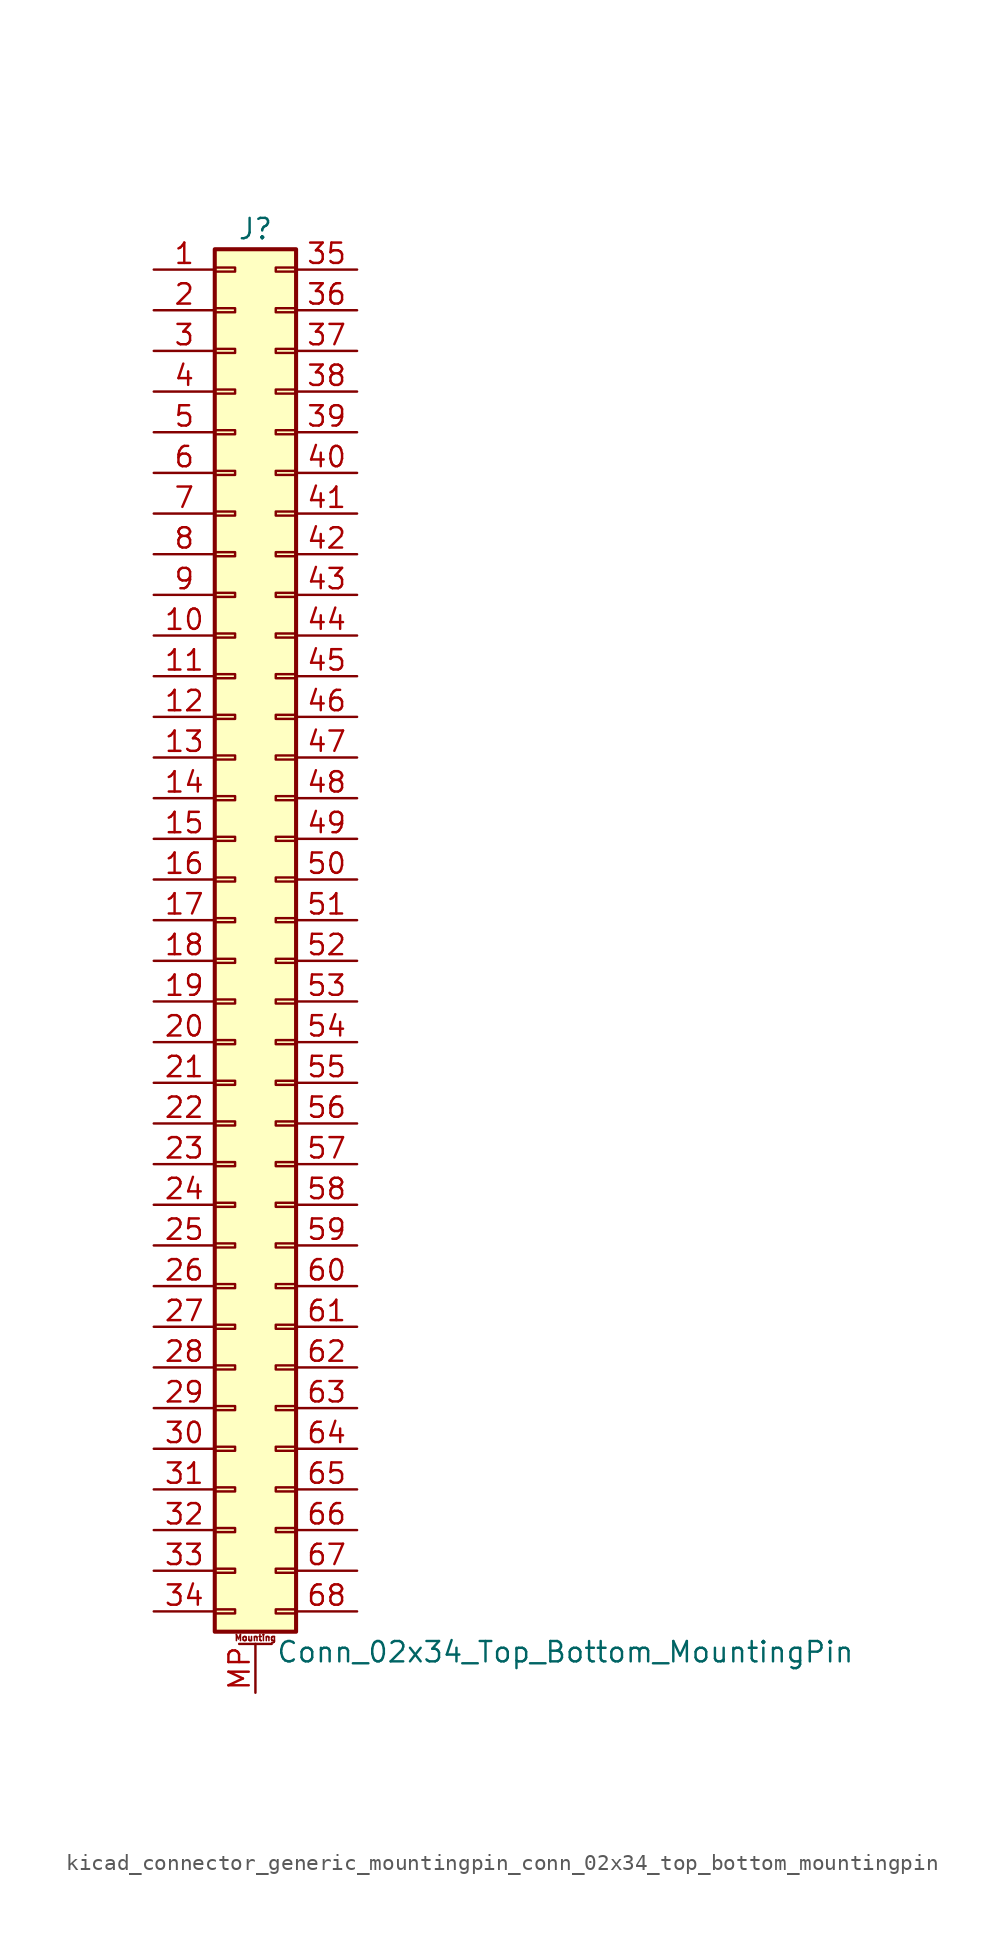
<source format=kicad_sym>
(kicad_symbol_lib
  (version 20220914)
  (generator kicad_symbol_editor)
  (symbol "kicad_connector_generic_mountingpin_conn_02x34_top_bottom_mountingpin"
    (pin_names
      (offset 1.016) hide)
    (property "Reference" "J"
      (at 1.27 43.18 0)
      (effects (font (size 1.27 1.27))))
    (property "Value" "Conn_02x34_Top_Bottom_MountingPin"
      (at 2.54 -45.72 0)
      (effects (font (size 1.27 1.27)) (justify left)))
    (symbol "kicad_connector_generic_mountingpin_conn_02x34_top_bottom_mountingpin_1_1"
      (rectangle (start -1.27 -43.053) (end 0 -43.307) (stroke (width 0.152) (type default)) (fill (type none)))
      (rectangle (start -1.27 -40.513) (end 0 -40.767) (stroke (width 0.152) (type default)) (fill (type none)))
      (rectangle (start -1.27 -37.973) (end 0 -38.227) (stroke (width 0.152) (type default)) (fill (type none)))
      (rectangle (start -1.27 -35.433) (end 0 -35.687) (stroke (width 0.152) (type default)) (fill (type none)))
      (rectangle (start -1.27 -32.893) (end 0 -33.147) (stroke (width 0.152) (type default)) (fill (type none)))
      (rectangle (start -1.27 -30.353) (end 0 -30.607) (stroke (width 0.152) (type default)) (fill (type none)))
      (rectangle (start -1.27 -27.813) (end 0 -28.067) (stroke (width 0.152) (type default)) (fill (type none)))
      (rectangle (start -1.27 -25.273) (end 0 -25.527) (stroke (width 0.152) (type default)) (fill (type none)))
      (rectangle (start -1.27 -22.733) (end 0 -22.987) (stroke (width 0.152) (type default)) (fill (type none)))
      (rectangle (start -1.27 -20.193) (end 0 -20.447) (stroke (width 0.152) (type default)) (fill (type none)))
      (rectangle (start -1.27 -17.653) (end 0 -17.907) (stroke (width 0.152) (type default)) (fill (type none)))
      (rectangle (start -1.27 -15.113) (end 0 -15.367) (stroke (width 0.152) (type default)) (fill (type none)))
      (rectangle (start -1.27 -12.573) (end 0 -12.827) (stroke (width 0.152) (type default)) (fill (type none)))
      (rectangle (start -1.27 -10.033) (end 0 -10.287) (stroke (width 0.152) (type default)) (fill (type none)))
      (rectangle (start -1.27 -7.493) (end 0 -7.747) (stroke (width 0.152) (type default)) (fill (type none)))
      (rectangle (start -1.27 -4.953) (end 0 -5.207) (stroke (width 0.152) (type default)) (fill (type none)))
      (rectangle (start -1.27 -2.413) (end 0 -2.667) (stroke (width 0.152) (type default)) (fill (type none)))
      (rectangle (start -1.27 0.127) (end 0 -0.127) (stroke (width 0.152) (type default)) (fill (type none)))
      (rectangle (start -1.27 2.667) (end 0 2.413) (stroke (width 0.152) (type default)) (fill (type none)))
      (rectangle (start -1.27 5.207) (end 0 4.953) (stroke (width 0.152) (type default)) (fill (type none)))
      (rectangle (start -1.27 7.747) (end 0 7.493) (stroke (width 0.152) (type default)) (fill (type none)))
      (rectangle (start -1.27 10.287) (end 0 10.033) (stroke (width 0.152) (type default)) (fill (type none)))
      (rectangle (start -1.27 12.827) (end 0 12.573) (stroke (width 0.152) (type default)) (fill (type none)))
      (rectangle (start -1.27 15.367) (end 0 15.113) (stroke (width 0.152) (type default)) (fill (type none)))
      (rectangle (start -1.27 17.907) (end 0 17.653) (stroke (width 0.152) (type default)) (fill (type none)))
      (rectangle (start -1.27 20.447) (end 0 20.193) (stroke (width 0.152) (type default)) (fill (type none)))
      (rectangle (start -1.27 22.987) (end 0 22.733) (stroke (width 0.152) (type default)) (fill (type none)))
      (rectangle (start -1.27 25.527) (end 0 25.273) (stroke (width 0.152) (type default)) (fill (type none)))
      (rectangle (start -1.27 28.067) (end 0 27.813) (stroke (width 0.152) (type default)) (fill (type none)))
      (rectangle (start -1.27 30.607) (end 0 30.353) (stroke (width 0.152) (type default)) (fill (type none)))
      (rectangle (start -1.27 33.147) (end 0 32.893) (stroke (width 0.152) (type default)) (fill (type none)))
      (rectangle (start -1.27 35.687) (end 0 35.433) (stroke (width 0.152) (type default)) (fill (type none)))
      (rectangle (start -1.27 38.227) (end 0 37.973) (stroke (width 0.152) (type default)) (fill (type none)))
      (rectangle (start -1.27 40.767) (end 0 40.513) (stroke (width 0.152) (type default)) (fill (type none)))
      (rectangle (start -1.27 41.91) (end 3.81 -44.45) (stroke (width 0.254) (type default)) (fill (type background)))
      (polyline (pts (xy 0.254 -45.212) (xy 2.286 -45.212)) (stroke (width 0.152) (type default)) (fill (type none)))
      (rectangle (start 3.81 -43.053) (end 2.54 -43.307) (stroke (width 0.152) (type default)) (fill (type none)))
      (rectangle (start 3.81 -40.513) (end 2.54 -40.767) (stroke (width 0.152) (type default)) (fill (type none)))
      (rectangle (start 3.81 -37.973) (end 2.54 -38.227) (stroke (width 0.152) (type default)) (fill (type none)))
      (rectangle (start 3.81 -35.433) (end 2.54 -35.687) (stroke (width 0.152) (type default)) (fill (type none)))
      (rectangle (start 3.81 -32.893) (end 2.54 -33.147) (stroke (width 0.152) (type default)) (fill (type none)))
      (rectangle (start 3.81 -30.353) (end 2.54 -30.607) (stroke (width 0.152) (type default)) (fill (type none)))
      (rectangle (start 3.81 -27.813) (end 2.54 -28.067) (stroke (width 0.152) (type default)) (fill (type none)))
      (rectangle (start 3.81 -25.273) (end 2.54 -25.527) (stroke (width 0.152) (type default)) (fill (type none)))
      (rectangle (start 3.81 -22.733) (end 2.54 -22.987) (stroke (width 0.152) (type default)) (fill (type none)))
      (rectangle (start 3.81 -20.193) (end 2.54 -20.447) (stroke (width 0.152) (type default)) (fill (type none)))
      (rectangle (start 3.81 -17.653) (end 2.54 -17.907) (stroke (width 0.152) (type default)) (fill (type none)))
      (rectangle (start 3.81 -15.113) (end 2.54 -15.367) (stroke (width 0.152) (type default)) (fill (type none)))
      (rectangle (start 3.81 -12.573) (end 2.54 -12.827) (stroke (width 0.152) (type default)) (fill (type none)))
      (rectangle (start 3.81 -10.033) (end 2.54 -10.287) (stroke (width 0.152) (type default)) (fill (type none)))
      (rectangle (start 3.81 -7.493) (end 2.54 -7.747) (stroke (width 0.152) (type default)) (fill (type none)))
      (rectangle (start 3.81 -4.953) (end 2.54 -5.207) (stroke (width 0.152) (type default)) (fill (type none)))
      (rectangle (start 3.81 -2.413) (end 2.54 -2.667) (stroke (width 0.152) (type default)) (fill (type none)))
      (rectangle (start 3.81 0.127) (end 2.54 -0.127) (stroke (width 0.152) (type default)) (fill (type none)))
      (rectangle (start 3.81 2.667) (end 2.54 2.413) (stroke (width 0.152) (type default)) (fill (type none)))
      (rectangle (start 3.81 5.207) (end 2.54 4.953) (stroke (width 0.152) (type default)) (fill (type none)))
      (rectangle (start 3.81 7.747) (end 2.54 7.493) (stroke (width 0.152) (type default)) (fill (type none)))
      (rectangle (start 3.81 10.287) (end 2.54 10.033) (stroke (width 0.152) (type default)) (fill (type none)))
      (rectangle (start 3.81 12.827) (end 2.54 12.573) (stroke (width 0.152) (type default)) (fill (type none)))
      (rectangle (start 3.81 15.367) (end 2.54 15.113) (stroke (width 0.152) (type default)) (fill (type none)))
      (rectangle (start 3.81 17.907) (end 2.54 17.653) (stroke (width 0.152) (type default)) (fill (type none)))
      (rectangle (start 3.81 20.447) (end 2.54 20.193) (stroke (width 0.152) (type default)) (fill (type none)))
      (rectangle (start 3.81 22.987) (end 2.54 22.733) (stroke (width 0.152) (type default)) (fill (type none)))
      (rectangle (start 3.81 25.527) (end 2.54 25.273) (stroke (width 0.152) (type default)) (fill (type none)))
      (rectangle (start 3.81 28.067) (end 2.54 27.813) (stroke (width 0.152) (type default)) (fill (type none)))
      (rectangle (start 3.81 30.607) (end 2.54 30.353) (stroke (width 0.152) (type default)) (fill (type none)))
      (rectangle (start 3.81 33.147) (end 2.54 32.893) (stroke (width 0.152) (type default)) (fill (type none)))
      (rectangle (start 3.81 35.687) (end 2.54 35.433) (stroke (width 0.152) (type default)) (fill (type none)))
      (rectangle (start 3.81 38.227) (end 2.54 37.973) (stroke (width 0.152) (type default)) (fill (type none)))
      (rectangle (start 3.81 40.767) (end 2.54 40.513) (stroke (width 0.152) (type default)) (fill (type none)))
      (text "Mounting" (at 1.27 -44.831 0) (effects (font (size 0.381 0.381))))
      (pin passive line (at -5.08 40.64 0) (length 3.81) (name "Pin_1" (effects (font (size 1.27 1.27)))) (number "1" (effects (font (size 1.27 1.27)))))
      (pin passive line (at -5.08 17.78 0) (length 3.81) (name "Pin_10" (effects (font (size 1.27 1.27)))) (number "10" (effects (font (size 1.27 1.27)))))
      (pin passive line (at -5.08 15.24 0) (length 3.81) (name "Pin_11" (effects (font (size 1.27 1.27)))) (number "11" (effects (font (size 1.27 1.27)))))
      (pin passive line (at -5.08 12.7 0) (length 3.81) (name "Pin_12" (effects (font (size 1.27 1.27)))) (number "12" (effects (font (size 1.27 1.27)))))
      (pin passive line (at -5.08 10.16 0) (length 3.81) (name "Pin_13" (effects (font (size 1.27 1.27)))) (number "13" (effects (font (size 1.27 1.27)))))
      (pin passive line (at -5.08 7.62 0) (length 3.81) (name "Pin_14" (effects (font (size 1.27 1.27)))) (number "14" (effects (font (size 1.27 1.27)))))
      (pin passive line (at -5.08 5.08 0) (length 3.81) (name "Pin_15" (effects (font (size 1.27 1.27)))) (number "15" (effects (font (size 1.27 1.27)))))
      (pin passive line (at -5.08 2.54 0) (length 3.81) (name "Pin_16" (effects (font (size 1.27 1.27)))) (number "16" (effects (font (size 1.27 1.27)))))
      (pin passive line (at -5.08 0 0) (length 3.81) (name "Pin_17" (effects (font (size 1.27 1.27)))) (number "17" (effects (font (size 1.27 1.27)))))
      (pin passive line (at -5.08 -2.54 0) (length 3.81) (name "Pin_18" (effects (font (size 1.27 1.27)))) (number "18" (effects (font (size 1.27 1.27)))))
      (pin passive line (at -5.08 -5.08 0) (length 3.81) (name "Pin_19" (effects (font (size 1.27 1.27)))) (number "19" (effects (font (size 1.27 1.27)))))
      (pin passive line (at -5.08 38.1 0) (length 3.81) (name "Pin_2" (effects (font (size 1.27 1.27)))) (number "2" (effects (font (size 1.27 1.27)))))
      (pin passive line (at -5.08 -7.62 0) (length 3.81) (name "Pin_20" (effects (font (size 1.27 1.27)))) (number "20" (effects (font (size 1.27 1.27)))))
      (pin passive line (at -5.08 -10.16 0) (length 3.81) (name "Pin_21" (effects (font (size 1.27 1.27)))) (number "21" (effects (font (size 1.27 1.27)))))
      (pin passive line (at -5.08 -12.7 0) (length 3.81) (name "Pin_22" (effects (font (size 1.27 1.27)))) (number "22" (effects (font (size 1.27 1.27)))))
      (pin passive line (at -5.08 -15.24 0) (length 3.81) (name "Pin_23" (effects (font (size 1.27 1.27)))) (number "23" (effects (font (size 1.27 1.27)))))
      (pin passive line (at -5.08 -17.78 0) (length 3.81) (name "Pin_24" (effects (font (size 1.27 1.27)))) (number "24" (effects (font (size 1.27 1.27)))))
      (pin passive line (at -5.08 -20.32 0) (length 3.81) (name "Pin_25" (effects (font (size 1.27 1.27)))) (number "25" (effects (font (size 1.27 1.27)))))
      (pin passive line (at -5.08 -22.86 0) (length 3.81) (name "Pin_26" (effects (font (size 1.27 1.27)))) (number "26" (effects (font (size 1.27 1.27)))))
      (pin passive line (at -5.08 -25.4 0) (length 3.81) (name "Pin_27" (effects (font (size 1.27 1.27)))) (number "27" (effects (font (size 1.27 1.27)))))
      (pin passive line (at -5.08 -27.94 0) (length 3.81) (name "Pin_28" (effects (font (size 1.27 1.27)))) (number "28" (effects (font (size 1.27 1.27)))))
      (pin passive line (at -5.08 -30.48 0) (length 3.81) (name "Pin_29" (effects (font (size 1.27 1.27)))) (number "29" (effects (font (size 1.27 1.27)))))
      (pin passive line (at -5.08 35.56 0) (length 3.81) (name "Pin_3" (effects (font (size 1.27 1.27)))) (number "3" (effects (font (size 1.27 1.27)))))
      (pin passive line (at -5.08 -33.02 0) (length 3.81) (name "Pin_30" (effects (font (size 1.27 1.27)))) (number "30" (effects (font (size 1.27 1.27)))))
      (pin passive line (at -5.08 -35.56 0) (length 3.81) (name "Pin_31" (effects (font (size 1.27 1.27)))) (number "31" (effects (font (size 1.27 1.27)))))
      (pin passive line (at -5.08 -38.1 0) (length 3.81) (name "Pin_32" (effects (font (size 1.27 1.27)))) (number "32" (effects (font (size 1.27 1.27)))))
      (pin passive line (at -5.08 -40.64 0) (length 3.81) (name "Pin_33" (effects (font (size 1.27 1.27)))) (number "33" (effects (font (size 1.27 1.27)))))
      (pin passive line (at -5.08 -43.18 0) (length 3.81) (name "Pin_34" (effects (font (size 1.27 1.27)))) (number "34" (effects (font (size 1.27 1.27)))))
      (pin passive line (at 7.62 40.64 180) (length 3.81) (name "Pin_35" (effects (font (size 1.27 1.27)))) (number "35" (effects (font (size 1.27 1.27)))))
      (pin passive line (at 7.62 38.1 180) (length 3.81) (name "Pin_36" (effects (font (size 1.27 1.27)))) (number "36" (effects (font (size 1.27 1.27)))))
      (pin passive line (at 7.62 35.56 180) (length 3.81) (name "Pin_37" (effects (font (size 1.27 1.27)))) (number "37" (effects (font (size 1.27 1.27)))))
      (pin passive line (at 7.62 33.02 180) (length 3.81) (name "Pin_38" (effects (font (size 1.27 1.27)))) (number "38" (effects (font (size 1.27 1.27)))))
      (pin passive line (at 7.62 30.48 180) (length 3.81) (name "Pin_39" (effects (font (size 1.27 1.27)))) (number "39" (effects (font (size 1.27 1.27)))))
      (pin passive line (at -5.08 33.02 0) (length 3.81) (name "Pin_4" (effects (font (size 1.27 1.27)))) (number "4" (effects (font (size 1.27 1.27)))))
      (pin passive line (at 7.62 27.94 180) (length 3.81) (name "Pin_40" (effects (font (size 1.27 1.27)))) (number "40" (effects (font (size 1.27 1.27)))))
      (pin passive line (at 7.62 25.4 180) (length 3.81) (name "Pin_41" (effects (font (size 1.27 1.27)))) (number "41" (effects (font (size 1.27 1.27)))))
      (pin passive line (at 7.62 22.86 180) (length 3.81) (name "Pin_42" (effects (font (size 1.27 1.27)))) (number "42" (effects (font (size 1.27 1.27)))))
      (pin passive line (at 7.62 20.32 180) (length 3.81) (name "Pin_43" (effects (font (size 1.27 1.27)))) (number "43" (effects (font (size 1.27 1.27)))))
      (pin passive line (at 7.62 17.78 180) (length 3.81) (name "Pin_44" (effects (font (size 1.27 1.27)))) (number "44" (effects (font (size 1.27 1.27)))))
      (pin passive line (at 7.62 15.24 180) (length 3.81) (name "Pin_45" (effects (font (size 1.27 1.27)))) (number "45" (effects (font (size 1.27 1.27)))))
      (pin passive line (at 7.62 12.7 180) (length 3.81) (name "Pin_46" (effects (font (size 1.27 1.27)))) (number "46" (effects (font (size 1.27 1.27)))))
      (pin passive line (at 7.62 10.16 180) (length 3.81) (name "Pin_47" (effects (font (size 1.27 1.27)))) (number "47" (effects (font (size 1.27 1.27)))))
      (pin passive line (at 7.62 7.62 180) (length 3.81) (name "Pin_48" (effects (font (size 1.27 1.27)))) (number "48" (effects (font (size 1.27 1.27)))))
      (pin passive line (at 7.62 5.08 180) (length 3.81) (name "Pin_49" (effects (font (size 1.27 1.27)))) (number "49" (effects (font (size 1.27 1.27)))))
      (pin passive line (at -5.08 30.48 0) (length 3.81) (name "Pin_5" (effects (font (size 1.27 1.27)))) (number "5" (effects (font (size 1.27 1.27)))))
      (pin passive line (at 7.62 2.54 180) (length 3.81) (name "Pin_50" (effects (font (size 1.27 1.27)))) (number "50" (effects (font (size 1.27 1.27)))))
      (pin passive line (at 7.62 0 180) (length 3.81) (name "Pin_51" (effects (font (size 1.27 1.27)))) (number "51" (effects (font (size 1.27 1.27)))))
      (pin passive line (at 7.62 -2.54 180) (length 3.81) (name "Pin_52" (effects (font (size 1.27 1.27)))) (number "52" (effects (font (size 1.27 1.27)))))
      (pin passive line (at 7.62 -5.08 180) (length 3.81) (name "Pin_53" (effects (font (size 1.27 1.27)))) (number "53" (effects (font (size 1.27 1.27)))))
      (pin passive line (at 7.62 -7.62 180) (length 3.81) (name "Pin_54" (effects (font (size 1.27 1.27)))) (number "54" (effects (font (size 1.27 1.27)))))
      (pin passive line (at 7.62 -10.16 180) (length 3.81) (name "Pin_55" (effects (font (size 1.27 1.27)))) (number "55" (effects (font (size 1.27 1.27)))))
      (pin passive line (at 7.62 -12.7 180) (length 3.81) (name "Pin_56" (effects (font (size 1.27 1.27)))) (number "56" (effects (font (size 1.27 1.27)))))
      (pin passive line (at 7.62 -15.24 180) (length 3.81) (name "Pin_57" (effects (font (size 1.27 1.27)))) (number "57" (effects (font (size 1.27 1.27)))))
      (pin passive line (at 7.62 -17.78 180) (length 3.81) (name "Pin_58" (effects (font (size 1.27 1.27)))) (number "58" (effects (font (size 1.27 1.27)))))
      (pin passive line (at 7.62 -20.32 180) (length 3.81) (name "Pin_59" (effects (font (size 1.27 1.27)))) (number "59" (effects (font (size 1.27 1.27)))))
      (pin passive line (at -5.08 27.94 0) (length 3.81) (name "Pin_6" (effects (font (size 1.27 1.27)))) (number "6" (effects (font (size 1.27 1.27)))))
      (pin passive line (at 7.62 -22.86 180) (length 3.81) (name "Pin_60" (effects (font (size 1.27 1.27)))) (number "60" (effects (font (size 1.27 1.27)))))
      (pin passive line (at 7.62 -25.4 180) (length 3.81) (name "Pin_61" (effects (font (size 1.27 1.27)))) (number "61" (effects (font (size 1.27 1.27)))))
      (pin passive line (at 7.62 -27.94 180) (length 3.81) (name "Pin_62" (effects (font (size 1.27 1.27)))) (number "62" (effects (font (size 1.27 1.27)))))
      (pin passive line (at 7.62 -30.48 180) (length 3.81) (name "Pin_63" (effects (font (size 1.27 1.27)))) (number "63" (effects (font (size 1.27 1.27)))))
      (pin passive line (at 7.62 -33.02 180) (length 3.81) (name "Pin_64" (effects (font (size 1.27 1.27)))) (number "64" (effects (font (size 1.27 1.27)))))
      (pin passive line (at 7.62 -35.56 180) (length 3.81) (name "Pin_65" (effects (font (size 1.27 1.27)))) (number "65" (effects (font (size 1.27 1.27)))))
      (pin passive line (at 7.62 -38.1 180) (length 3.81) (name "Pin_66" (effects (font (size 1.27 1.27)))) (number "66" (effects (font (size 1.27 1.27)))))
      (pin passive line (at 7.62 -40.64 180) (length 3.81) (name "Pin_67" (effects (font (size 1.27 1.27)))) (number "67" (effects (font (size 1.27 1.27)))))
      (pin passive line (at 7.62 -43.18 180) (length 3.81) (name "Pin_68" (effects (font (size 1.27 1.27)))) (number "68" (effects (font (size 1.27 1.27)))))
      (pin passive line (at -5.08 25.4 0) (length 3.81) (name "Pin_7" (effects (font (size 1.27 1.27)))) (number "7" (effects (font (size 1.27 1.27)))))
      (pin passive line (at -5.08 22.86 0) (length 3.81) (name "Pin_8" (effects (font (size 1.27 1.27)))) (number "8" (effects (font (size 1.27 1.27)))))
      (pin passive line (at -5.08 20.32 0) (length 3.81) (name "Pin_9" (effects (font (size 1.27 1.27)))) (number "9" (effects (font (size 1.27 1.27)))))
      (pin passive line (at 1.27 -48.26 90) (length 3.048) (name "MountPin" (effects (font (size 1.27 1.27)))) (number "MP" (effects (font (size 1.27 1.27))))))))
</source>
